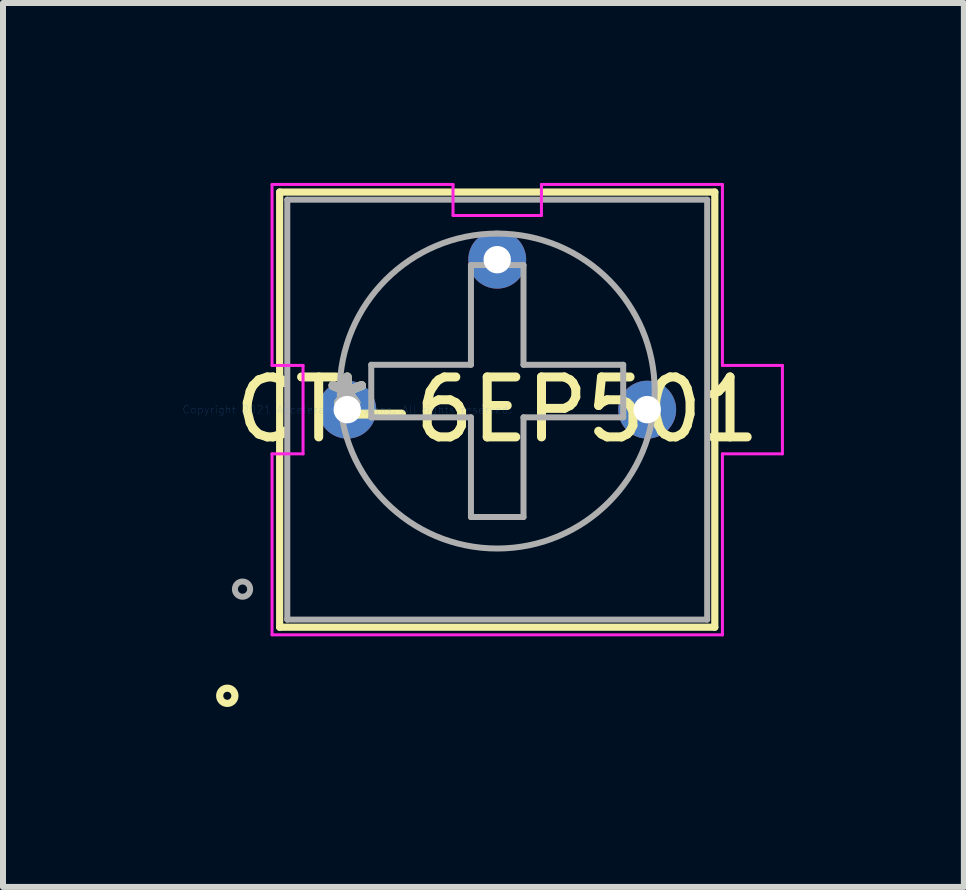
<source format=kicad_pcb>
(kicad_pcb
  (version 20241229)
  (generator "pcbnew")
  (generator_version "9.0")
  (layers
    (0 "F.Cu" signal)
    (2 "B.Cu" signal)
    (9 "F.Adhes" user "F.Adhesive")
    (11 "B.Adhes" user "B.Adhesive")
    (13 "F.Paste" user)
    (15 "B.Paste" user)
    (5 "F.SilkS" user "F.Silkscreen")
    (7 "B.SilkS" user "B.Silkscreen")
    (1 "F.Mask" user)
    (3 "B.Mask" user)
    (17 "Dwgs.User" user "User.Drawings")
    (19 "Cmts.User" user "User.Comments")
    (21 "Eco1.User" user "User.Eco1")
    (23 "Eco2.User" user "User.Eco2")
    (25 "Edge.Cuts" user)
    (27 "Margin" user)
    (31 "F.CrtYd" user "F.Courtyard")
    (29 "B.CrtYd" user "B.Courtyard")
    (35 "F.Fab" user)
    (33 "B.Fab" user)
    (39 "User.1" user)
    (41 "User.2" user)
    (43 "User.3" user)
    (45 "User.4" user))
  (footprint "CT-6EP501"
    (layer "F.Cu")
    (at 2.739 3.779)
    (property "Reference" "CT-6EP501" (at 2.5 0 0) (layer "F.SilkS") (effects (font (size 1 1) (thickness 0.15))))
    (attr through_hole)
    (fp_line (start -1.127 -3.627) (end -1.127 3.627) (stroke (width 0.12) (type solid)) (layer "F.SilkS"))
    (fp_line (start -1.127 3.627) (end 6.127 3.627) (stroke (width 0.12) (type solid)) (layer "F.SilkS"))
    (fp_line (start 6.127 -3.627) (end -1.127 -3.627) (stroke (width 0.12) (type solid)) (layer "F.SilkS"))
    (fp_line (start 6.127 3.627) (end 6.127 -3.627) (stroke (width 0.12) (type solid)) (layer "F.SilkS"))
    (fp_circle (center -2 4.77) (end -1.873 4.77) (stroke (width 0.12) (type solid)) (fill no) (layer "F.SilkS"))
    (fp_line (start -1.254 -3.754) (end 1.763 -3.754) (stroke (width 0.05) (type solid)) (layer "F.CrtYd"))
    (fp_line (start -1.254 -0.737) (end -1.254 -3.754) (stroke (width 0.05) (type solid)) (layer "F.CrtYd"))
    (fp_line (start -1.254 0.737) (end -0.737 0.737) (stroke (width 0.05) (type solid)) (layer "F.CrtYd"))
    (fp_line (start -1.254 3.754) (end -1.254 0.737) (stroke (width 0.05) (type solid)) (layer "F.CrtYd"))
    (fp_line (start -0.737 -0.737) (end -1.254 -0.737) (stroke (width 0.05) (type solid)) (layer "F.CrtYd"))
    (fp_line (start -0.737 0.737) (end -0.737 -0.737) (stroke (width 0.05) (type solid)) (layer "F.CrtYd"))
    (fp_line (start 1.763 -3.754) (end 1.763 -3.237) (stroke (width 0.05) (type solid)) (layer "F.CrtYd"))
    (fp_line (start 1.763 -3.237) (end 3.237 -3.237) (stroke (width 0.05) (type solid)) (layer "F.CrtYd"))
    (fp_line (start 3.237 -3.754) (end 6.254 -3.754) (stroke (width 0.05) (type solid)) (layer "F.CrtYd"))
    (fp_line (start 3.237 -3.237) (end 3.237 -3.754) (stroke (width 0.05) (type solid)) (layer "F.CrtYd"))
    (fp_line (start 6.254 -3.754) (end 6.254 -0.737) (stroke (width 0.05) (type solid)) (layer "F.CrtYd"))
    (fp_line (start 6.254 -0.737) (end 7.254 -0.737) (stroke (width 0.05) (type solid)) (layer "F.CrtYd"))
    (fp_line (start 6.254 0.737) (end 6.254 3.754) (stroke (width 0.05) (type solid)) (layer "F.CrtYd"))
    (fp_line (start 6.254 3.754) (end -1.254 3.754) (stroke (width 0.05) (type solid)) (layer "F.CrtYd"))
    (fp_line (start 7.254 -0.737) (end 7.254 0.737) (stroke (width 0.05) (type solid)) (layer "F.CrtYd"))
    (fp_line (start 7.254 0.737) (end 6.254 0.737) (stroke (width 0.05) (type solid)) (layer "F.CrtYd"))
    (fp_line (start -1 -3.5) (end -1 3.5) (stroke (width 0.1) (type solid)) (layer "F.Fab"))
    (fp_line (start -1 3.5) (end 6 3.5) (stroke (width 0.1) (type solid)) (layer "F.Fab"))
    (fp_line (start 0.4 -0.748) (end 0.4 0.128) (stroke (width 0.1) (type solid)) (layer "F.Fab"))
    (fp_line (start 2.062 -2.41) (end 2.062 -0.748) (stroke (width 0.1) (type solid)) (layer "F.Fab"))
    (fp_line (start 2.062 -2.41) (end 2.938 -2.41) (stroke (width 0.1) (type solid)) (layer "F.Fab"))
    (fp_line (start 2.062 -0.748) (end 0.4 -0.748) (stroke (width 0.1) (type solid)) (layer "F.Fab"))
    (fp_line (start 2.062 0.128) (end 0.4 0.128) (stroke (width 0.1) (type solid)) (layer "F.Fab"))
    (fp_line (start 2.062 1.79) (end 2.062 0.128) (stroke (width 0.1) (type solid)) (layer "F.Fab"))
    (fp_line (start 2.062 1.79) (end 2.938 1.79) (stroke (width 0.1) (type solid)) (layer "F.Fab"))
    (fp_line (start 2.938 -2.41) (end 2.938 -0.748) (stroke (width 0.1) (type solid)) (layer "F.Fab"))
    (fp_line (start 2.938 -0.748) (end 4.6 -0.748) (stroke (width 0.1) (type solid)) (layer "F.Fab"))
    (fp_line (start 2.938 0.128) (end 4.6 0.128) (stroke (width 0.1) (type solid)) (layer "F.Fab"))
    (fp_line (start 2.938 1.79) (end 2.938 0.128) (stroke (width 0.1) (type solid)) (layer "F.Fab"))
    (fp_line (start 4.6 -0.748) (end 4.6 0.128) (stroke (width 0.1) (type solid)) (layer "F.Fab"))
    (fp_line (start 6 -3.5) (end -1 -3.5) (stroke (width 0.1) (type solid)) (layer "F.Fab"))
    (fp_line (start 6 3.5) (end 6 -3.5) (stroke (width 0.1) (type solid)) (layer "F.Fab"))
    (fp_circle (center -1.746 2.992) (end -1.619 2.992) (stroke (width 0.1) (type solid)) (fill no) (layer "F.Fab"))
    (fp_circle (center 2.5 -0.31) (end 5.125 -0.31) (stroke (width 0.1) (type solid)) (fill no) (layer "F.Fab"))
    (fp_text user "*" (at 0 0 0) (layer "F.SilkS") (effects (font (size 1 1) (thickness 0.15))))
    (fp_text user "Copyright 2021 Accelerated Designs. All rights reserved." (at 0 0 0) (layer "Cmts.User") (effects (font (size 0.127 0.127) (thickness 0.002))))
    (fp_text user "*" (at 0 0 0) (layer "F.Fab") (effects (font (size 1 1) (thickness 0.15))))
    (pad "1" thru_hole circle (at 0 0) (size 0.965 0.965) (drill 0.457) (layers "*.Cu" "*.Mask"))
    (pad "2" thru_hole circle (at 2.5 -2.5) (size 0.965 0.965) (drill 0.457) (layers "*.Cu" "*.Mask"))
    (pad "3" thru_hole circle (at 5 0) (size 0.965 0.965) (drill 0.457) (layers "*.Cu" "*.Mask")))
  (gr_rect
    (start -3 -3)
    (end 13.018 11.736)
    (stroke (width 0.1) (type default))
    (fill no)
    (layer "Edge.Cuts")))
</source>
